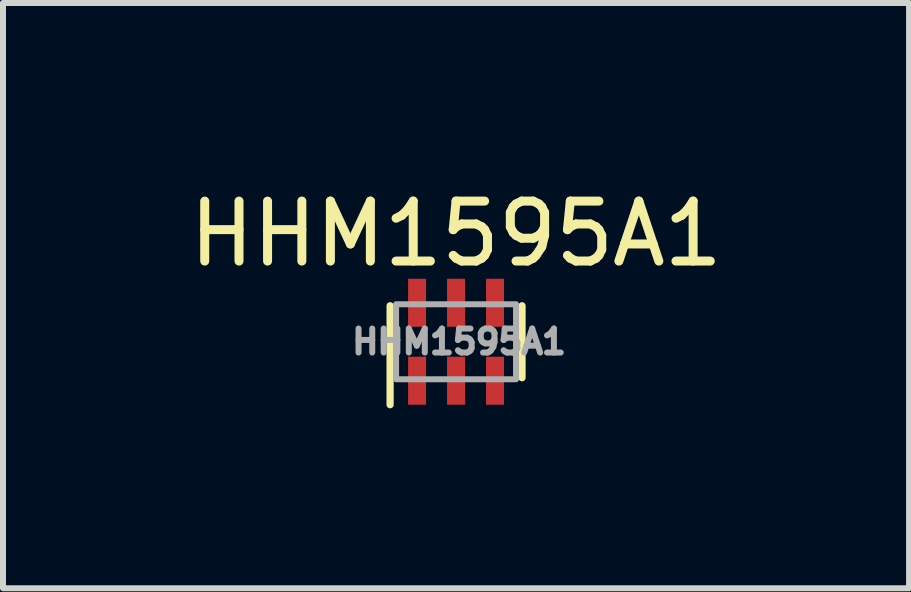
<source format=kicad_pcb>
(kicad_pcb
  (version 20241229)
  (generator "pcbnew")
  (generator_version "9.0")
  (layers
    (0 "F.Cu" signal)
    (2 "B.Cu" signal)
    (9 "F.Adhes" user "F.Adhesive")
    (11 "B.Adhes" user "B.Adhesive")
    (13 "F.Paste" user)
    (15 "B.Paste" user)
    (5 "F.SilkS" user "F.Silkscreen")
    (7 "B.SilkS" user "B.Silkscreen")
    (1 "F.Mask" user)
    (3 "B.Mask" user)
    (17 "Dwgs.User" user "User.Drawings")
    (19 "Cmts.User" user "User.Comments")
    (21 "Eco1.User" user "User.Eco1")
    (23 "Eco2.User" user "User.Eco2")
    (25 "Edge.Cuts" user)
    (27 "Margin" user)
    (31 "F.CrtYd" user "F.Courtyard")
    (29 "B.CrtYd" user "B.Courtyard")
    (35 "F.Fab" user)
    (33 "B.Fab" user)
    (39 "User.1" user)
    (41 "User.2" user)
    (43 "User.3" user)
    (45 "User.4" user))
  (footprint "HHM1595A1"
    (layer "F.Cu")
    (at 4.554 2.648)
    (property "Reference" "HHM1595A1" (at 0 -1.8 0) (unlocked yes) (layer "F.SilkS") (effects (font (size 1 1) (thickness 0.15))))
    (attr smd)
    (fp_line (start -1.1 -0.6) (end -1.1 1.05) (stroke (width 0.12) (type solid)) (layer "F.SilkS"))
    (fp_line (start 1.1 -0.6) (end 1.1 0.6) (stroke (width 0.12) (type solid)) (layer "F.SilkS"))
    (fp_rect (start -1 -0.625) (end 1 0.625) (stroke (width 0.1) (type solid)) (fill no) (layer "F.Fab"))
    (fp_text user "${REFERENCE}" (at 0.05 0 0) (unlocked yes) (layer "F.Fab") (effects (font (size 0.4 0.4) (thickness 0.1))))
    (pad "1" smd rect (at -0.65 0.65) (size 0.3 0.8) (layers "F.Cu" "F.Mask" "F.Paste"))
    (pad "2" smd rect (at 0 0.65) (size 0.3 0.8) (layers "F.Cu" "F.Mask" "F.Paste"))
    (pad "3" smd rect (at 0.65 0.65) (size 0.3 0.8) (layers "F.Cu" "F.Mask" "F.Paste"))
    (pad "4" smd rect (at 0.65 -0.65) (size 0.3 0.8) (layers "F.Cu" "F.Mask" "F.Paste"))
    (pad "5" smd rect (at 0 -0.65) (size 0.3 0.8) (layers "F.Cu" "F.Mask" "F.Paste"))
    (pad "6" smd rect (at -0.65 -0.65) (size 0.3 0.8) (layers "F.Cu" "F.Mask" "F.Paste")))
  (gr_rect
    (start -3 -3)
    (end 12.107 6.758)
    (stroke (width 0.1) (type default))
    (fill no)
    (layer "Edge.Cuts")))
</source>
